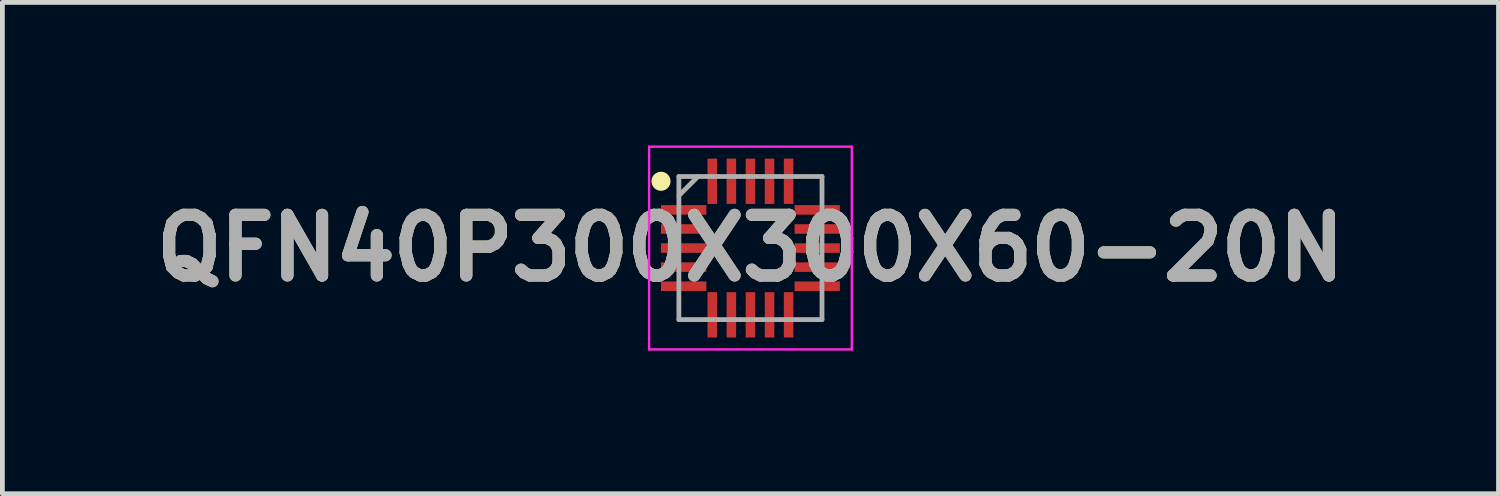
<source format=kicad_pcb>
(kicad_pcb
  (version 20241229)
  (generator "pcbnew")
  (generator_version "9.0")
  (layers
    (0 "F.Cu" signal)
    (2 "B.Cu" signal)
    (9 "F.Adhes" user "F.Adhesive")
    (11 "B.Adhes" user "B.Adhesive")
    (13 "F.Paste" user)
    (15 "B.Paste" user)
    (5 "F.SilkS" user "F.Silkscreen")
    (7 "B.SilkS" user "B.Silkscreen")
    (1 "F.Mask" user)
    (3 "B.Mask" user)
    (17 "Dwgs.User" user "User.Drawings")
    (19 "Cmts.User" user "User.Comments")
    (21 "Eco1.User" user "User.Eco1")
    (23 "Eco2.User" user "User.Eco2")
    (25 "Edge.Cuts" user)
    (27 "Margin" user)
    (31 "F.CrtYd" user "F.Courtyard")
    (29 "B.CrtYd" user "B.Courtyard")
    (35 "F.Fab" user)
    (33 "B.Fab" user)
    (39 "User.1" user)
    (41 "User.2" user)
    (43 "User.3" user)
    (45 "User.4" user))
  (footprint "QFN40P300X300X60-20N"
    (layer "F.Cu")
    (at 12.682 2.15)
    (property "Reference" "QFN40P300X300X60-20N" (at 0 0 0) (layer "F.SilkS") (effects (font (size 1.27 1.27) (thickness 0.254))))
    (attr smd)
    (fp_circle (center -1.875 -1.4) (end -1.875 -1.3) (stroke (width 0.2) (type solid)) (fill no) (layer "F.SilkS"))
    (fp_line (start -2.125 -2.125) (end 2.125 -2.125) (stroke (width 0.05) (type solid)) (layer "F.CrtYd"))
    (fp_line (start -2.125 2.125) (end -2.125 -2.125) (stroke (width 0.05) (type solid)) (layer "F.CrtYd"))
    (fp_line (start 2.125 -2.125) (end 2.125 2.125) (stroke (width 0.05) (type solid)) (layer "F.CrtYd"))
    (fp_line (start 2.125 2.125) (end -2.125 2.125) (stroke (width 0.05) (type solid)) (layer "F.CrtYd"))
    (fp_line (start -1.5 -1.5) (end 1.5 -1.5) (stroke (width 0.1) (type solid)) (layer "F.Fab"))
    (fp_line (start -1.5 -1.1) (end -1.1 -1.5) (stroke (width 0.1) (type solid)) (layer "F.Fab"))
    (fp_line (start -1.5 1.5) (end -1.5 -1.5) (stroke (width 0.1) (type solid)) (layer "F.Fab"))
    (fp_line (start 1.5 -1.5) (end 1.5 1.5) (stroke (width 0.1) (type solid)) (layer "F.Fab"))
    (fp_line (start 1.5 1.5) (end -1.5 1.5) (stroke (width 0.1) (type solid)) (layer "F.Fab"))
    (fp_text user "${REFERENCE}" (at 0 0 0) (layer "F.Fab") (effects (font (size 1.27 1.27) (thickness 0.254))))
    (pad "1" smd rect (at -1.4 -0.8 90) (size 0.2 0.95) (layers "F.Cu" "F.Mask" "F.Paste"))
    (pad "2" smd rect (at -1.4 -0.4 90) (size 0.2 0.95) (layers "F.Cu" "F.Mask" "F.Paste"))
    (pad "3" smd rect (at -1.4 0 90) (size 0.2 0.95) (layers "F.Cu" "F.Mask" "F.Paste"))
    (pad "4" smd rect (at -1.4 0.4 90) (size 0.2 0.95) (layers "F.Cu" "F.Mask" "F.Paste"))
    (pad "5" smd rect (at -1.4 0.8 90) (size 0.2 0.95) (layers "F.Cu" "F.Mask" "F.Paste"))
    (pad "6" smd rect (at -0.8 1.4) (size 0.2 0.95) (layers "F.Cu" "F.Mask" "F.Paste"))
    (pad "7" smd rect (at -0.4 1.4) (size 0.2 0.95) (layers "F.Cu" "F.Mask" "F.Paste"))
    (pad "8" smd rect (at 0 1.4) (size 0.2 0.95) (layers "F.Cu" "F.Mask" "F.Paste"))
    (pad "9" smd rect (at 0.4 1.4) (size 0.2 0.95) (layers "F.Cu" "F.Mask" "F.Paste"))
    (pad "10" smd rect (at 0.8 1.4) (size 0.2 0.95) (layers "F.Cu" "F.Mask" "F.Paste"))
    (pad "11" smd rect (at 1.4 0.8 90) (size 0.2 0.95) (layers "F.Cu" "F.Mask" "F.Paste"))
    (pad "12" smd rect (at 1.4 0.4 90) (size 0.2 0.95) (layers "F.Cu" "F.Mask" "F.Paste"))
    (pad "13" smd rect (at 1.4 0 90) (size 0.2 0.95) (layers "F.Cu" "F.Mask" "F.Paste"))
    (pad "14" smd rect (at 1.4 -0.4 90) (size 0.2 0.95) (layers "F.Cu" "F.Mask" "F.Paste"))
    (pad "15" smd rect (at 1.4 -0.8 90) (size 0.2 0.95) (layers "F.Cu" "F.Mask" "F.Paste"))
    (pad "16" smd rect (at 0.8 -1.4) (size 0.2 0.95) (layers "F.Cu" "F.Mask" "F.Paste"))
    (pad "17" smd rect (at 0.4 -1.4) (size 0.2 0.95) (layers "F.Cu" "F.Mask" "F.Paste"))
    (pad "18" smd rect (at 0 -1.4) (size 0.2 0.95) (layers "F.Cu" "F.Mask" "F.Paste"))
    (pad "19" smd rect (at -0.4 -1.4) (size 0.2 0.95) (layers "F.Cu" "F.Mask" "F.Paste"))
    (pad "20" smd rect (at -0.8 -1.4) (size 0.2 0.95) (layers "F.Cu" "F.Mask" "F.Paste")))
  (gr_rect
    (start -3 -3)
    (end 28.364 7.3)
    (stroke (width 0.1) (type default))
    (fill no)
    (layer "Edge.Cuts")))
</source>
